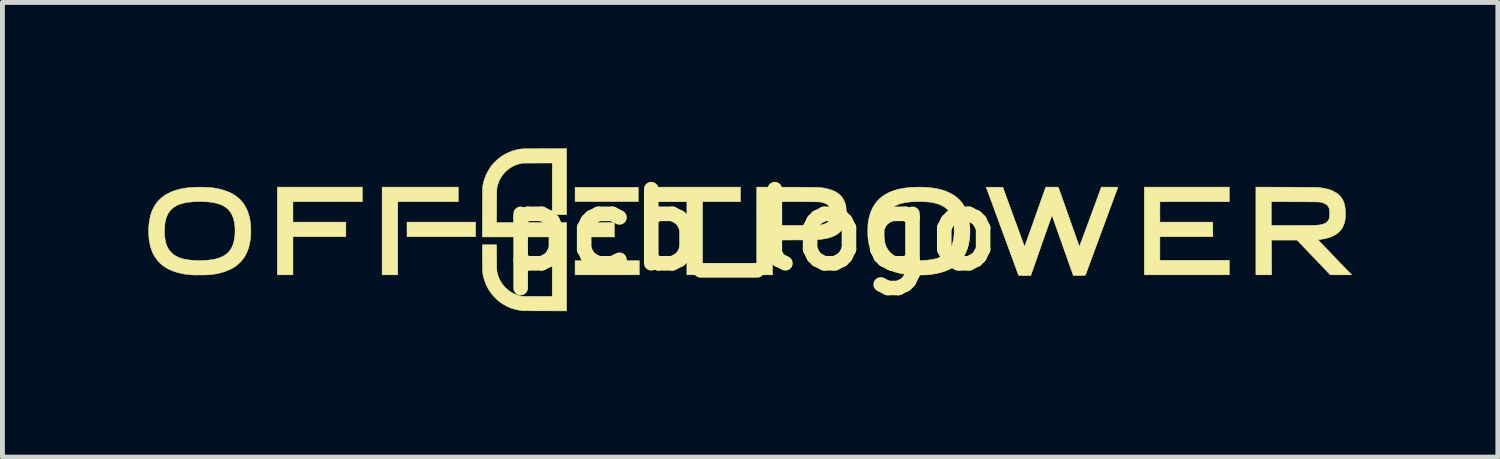
<source format=kicad_pcb>
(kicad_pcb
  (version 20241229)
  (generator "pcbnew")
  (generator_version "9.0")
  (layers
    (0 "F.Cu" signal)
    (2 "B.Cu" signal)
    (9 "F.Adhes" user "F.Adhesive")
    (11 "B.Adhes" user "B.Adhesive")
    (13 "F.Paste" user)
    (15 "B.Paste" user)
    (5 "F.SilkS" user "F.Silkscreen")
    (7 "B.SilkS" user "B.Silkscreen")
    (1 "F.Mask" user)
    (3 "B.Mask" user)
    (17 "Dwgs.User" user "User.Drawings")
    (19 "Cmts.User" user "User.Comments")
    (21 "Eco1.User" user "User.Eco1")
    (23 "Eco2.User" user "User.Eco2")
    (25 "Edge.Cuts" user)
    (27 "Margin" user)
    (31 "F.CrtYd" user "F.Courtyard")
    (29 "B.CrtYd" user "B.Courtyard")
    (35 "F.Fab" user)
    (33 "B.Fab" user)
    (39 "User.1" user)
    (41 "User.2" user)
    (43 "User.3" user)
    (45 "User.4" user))
  (footprint "pcb_logo"
    (layer "F.Cu")
    (at 12.37 1.673)
    (property "Reference" "pcb_logo" (at 0 0 0) (layer "F.SilkS") (effects (font (size 1.524 1.524) (thickness 0.3))))
    (attr through_hole)
    (fp_poly (pts (xy -5.643 0.144) (xy -7.053 0.144) (xy -7.053 -0.157) (xy -5.643 -0.157) (xy -5.643 0.144)) (stroke (width 0.01) (type solid)) (fill yes) (layer "F.SilkS"))
    (fp_poly (pts (xy -2.79 0.148) (xy -3.382 0.148) (xy -3.382 -0.148) (xy -2.79 -0.148) (xy -2.79 0.148)) (stroke (width 0.01) (type solid)) (fill yes) (layer "F.SilkS"))
    (fp_poly (pts (xy -2.299 -0.58) (xy -3.598 -0.58) (xy -3.598 -0.872) (xy -2.299 -0.872) (xy -2.299 -0.58)) (stroke (width 0.01) (type solid)) (fill yes) (layer "F.SilkS"))
    (fp_poly (pts (xy -2.278 0.927) (xy -3.598 0.927) (xy -3.598 0.635) (xy -2.278 0.635) (xy -2.278 0.927)) (stroke (width 0.01) (type solid)) (fill yes) (layer "F.SilkS"))
    (fp_poly (pts (xy -5.999 -0.576) (xy -7.243 -0.576) (xy -7.243 0.927) (xy -7.565 0.927) (xy -7.565 -0.876) (xy -5.999 -0.876) (xy -5.999 -0.576)) (stroke (width 0.01) (type solid)) (fill yes) (layer "F.SilkS"))
    (fp_poly (pts (xy -0.199 -0.576) (xy -0.978 -0.576) (xy -0.978 0.927) (xy -1.3 0.927) (xy -1.3 -0.576) (xy -2.079 -0.576) (xy -2.079 -0.876) (xy -0.199 -0.876) (xy -0.199 -0.576)) (stroke (width 0.01) (type solid)) (fill yes) (layer "F.SilkS"))
    (fp_poly (pts (xy -7.971 -0.576) (xy -9.398 -0.576) (xy -9.398 -0.157) (xy -8.31 -0.157) (xy -8.31 0.144) (xy -9.398 0.144) (xy -9.398 0.927) (xy -9.72 0.927) (xy -9.72 -0.876) (xy -7.971 -0.876) (xy -7.971 -0.576)) (stroke (width 0.01) (type solid)) (fill yes) (layer "F.SilkS"))
    (fp_poly (pts (xy 9.851 -0.576) (xy 8.424 -0.576) (xy 8.424 -0.157) (xy 9.512 -0.157) (xy 9.512 0.144) (xy 8.424 0.144) (xy 8.424 0.627) (xy 9.851 0.627) (xy 9.851 0.927) (xy 8.103 0.927) (xy 8.103 -0.876) (xy 9.851 -0.876) (xy 9.851 -0.576)) (stroke (width 0.01) (type solid)) (fill yes) (layer "F.SilkS"))
    (fp_poly (pts (xy 0.763 -0.875) (xy 0.851 -0.875) (xy 0.931 -0.875) (xy 1.003 -0.875) (xy 1.068 -0.874) (xy 1.126 -0.874) (xy 1.179 -0.874) (xy 1.225 -0.874) (xy 1.267 -0.873) (xy 1.303 -0.873) (xy 1.336 -0.872) (xy 1.364 -0.871) (xy 1.389 -0.87) (xy 1.411 -0.869) (xy 1.43 -0.868) (xy 1.448 -0.866) (xy 1.463 -0.865) (xy 1.478 -0.863) (xy 1.492 -0.861) (xy 1.506 -0.859) (xy 1.52 -0.856) (xy 1.535 -0.853) (xy 1.551 -0.85) (xy 1.557 -0.849) (xy 1.629 -0.831) (xy 1.694 -0.809) (xy 1.752 -0.783) (xy 1.803 -0.751) (xy 1.848 -0.715) (xy 1.886 -0.674) (xy 1.917 -0.627) (xy 1.942 -0.576) (xy 1.961 -0.519) (xy 1.965 -0.504) (xy 1.969 -0.484) (xy 1.972 -0.456) (xy 1.974 -0.424) (xy 1.976 -0.388) (xy 1.977 -0.35) (xy 1.977 -0.313) (xy 1.976 -0.276) (xy 1.975 -0.243) (xy 1.973 -0.215) (xy 1.971 -0.201) (xy 1.958 -0.139) (xy 1.938 -0.083) (xy 1.913 -0.033) (xy 1.881 0.011) (xy 1.869 0.025) (xy 1.834 0.058) (xy 1.796 0.088) (xy 1.753 0.114) (xy 1.706 0.137) (xy 1.653 0.156) (xy 1.594 0.173) (xy 1.529 0.186) (xy 1.457 0.197) (xy 1.399 0.204) (xy 1.387 0.204) (xy 1.366 0.205) (xy 1.338 0.206) (xy 1.303 0.207) (xy 1.26 0.207) (xy 1.211 0.208) (xy 1.156 0.209) (xy 1.094 0.209) (xy 1.027 0.21) (xy 0.955 0.21) (xy 0.907 0.21) (xy 0.461 0.213) (xy 0.461 0.927) (xy 0.135 0.927) (xy 0.135 -0.335) (xy 0.457 -0.335) (xy 0.457 -0.291) (xy 0.457 -0.249) (xy 0.458 -0.21) (xy 0.458 -0.176) (xy 0.458 -0.146) (xy 0.459 -0.122) (xy 0.459 -0.105) (xy 0.46 -0.094) (xy 0.46 -0.091) (xy 0.465 -0.091) (xy 0.478 -0.09) (xy 0.497 -0.09) (xy 0.524 -0.09) (xy 0.556 -0.089) (xy 0.593 -0.089) (xy 0.635 -0.089) (xy 0.681 -0.089) (xy 0.73 -0.089) (xy 0.782 -0.089) (xy 0.836 -0.09) (xy 0.891 -0.09) (xy 0.946 -0.09) (xy 1.002 -0.09) (xy 1.057 -0.091) (xy 1.111 -0.091) (xy 1.163 -0.092) (xy 1.213 -0.092) (xy 1.259 -0.093) (xy 1.301 -0.093) (xy 1.339 -0.094) (xy 1.372 -0.095) (xy 1.399 -0.095) (xy 1.419 -0.096) (xy 1.433 -0.096) (xy 1.437 -0.097) (xy 1.469 -0.103) (xy 1.502 -0.111) (xy 1.531 -0.12) (xy 1.556 -0.13) (xy 1.57 -0.137) (xy 1.599 -0.159) (xy 1.623 -0.187) (xy 1.64 -0.221) (xy 1.651 -0.256) (xy 1.653 -0.273) (xy 1.654 -0.296) (xy 1.655 -0.323) (xy 1.655 -0.35) (xy 1.654 -0.376) (xy 1.653 -0.399) (xy 1.651 -0.415) (xy 1.651 -0.416) (xy 1.639 -0.452) (xy 1.622 -0.483) (xy 1.597 -0.51) (xy 1.566 -0.532) (xy 1.529 -0.549) (xy 1.484 -0.562) (xy 1.432 -0.571) (xy 1.429 -0.571) (xy 1.418 -0.572) (xy 1.399 -0.573) (xy 1.373 -0.573) (xy 1.339 -0.574) (xy 1.297 -0.574) (xy 1.249 -0.575) (xy 1.195 -0.575) (xy 1.134 -0.575) (xy 1.067 -0.576) (xy 0.995 -0.576) (xy 0.924 -0.576) (xy 0.457 -0.576) (xy 0.457 -0.335) (xy 0.135 -0.335) (xy 0.135 -0.877) (xy 0.763 -0.875)) (stroke (width 0.01) (type solid)) (fill yes) (layer "F.SilkS"))
    (fp_poly (pts (xy 11.025 -0.875) (xy 11.12 -0.875) (xy 11.207 -0.874) (xy 11.286 -0.874) (xy 11.358 -0.874) (xy 11.422 -0.873) (xy 11.478 -0.873) (xy 11.528 -0.872) (xy 11.57 -0.872) (xy 11.606 -0.871) (xy 11.636 -0.871) (xy 11.659 -0.87) (xy 11.677 -0.87) (xy 11.689 -0.869) (xy 11.692 -0.868) (xy 11.752 -0.86) (xy 11.804 -0.851) (xy 11.851 -0.841) (xy 11.893 -0.83) (xy 11.933 -0.816) (xy 11.971 -0.801) (xy 11.999 -0.787) (xy 12.052 -0.757) (xy 12.098 -0.722) (xy 12.138 -0.682) (xy 12.17 -0.637) (xy 12.196 -0.587) (xy 12.216 -0.531) (xy 12.229 -0.47) (xy 12.234 -0.429) (xy 12.238 -0.372) (xy 12.238 -0.315) (xy 12.236 -0.26) (xy 12.231 -0.21) (xy 12.223 -0.164) (xy 12.219 -0.149) (xy 12.2 -0.092) (xy 12.175 -0.04) (xy 12.142 0.007) (xy 12.103 0.049) (xy 12.057 0.086) (xy 12.004 0.118) (xy 11.944 0.145) (xy 11.905 0.159) (xy 11.867 0.17) (xy 11.824 0.181) (xy 11.778 0.19) (xy 11.732 0.197) (xy 11.717 0.2) (xy 11.699 0.202) (xy 11.686 0.204) (xy 11.678 0.207) (xy 11.676 0.208) (xy 11.679 0.211) (xy 11.688 0.22) (xy 11.701 0.234) (xy 11.719 0.253) (xy 11.741 0.276) (xy 11.767 0.303) (xy 11.796 0.334) (xy 11.828 0.367) (xy 11.862 0.403) (xy 11.899 0.441) (xy 11.936 0.48) (xy 11.975 0.521) (xy 12.015 0.562) (xy 12.054 0.603) (xy 12.094 0.644) (xy 12.132 0.684) (xy 12.17 0.723) (xy 12.206 0.761) (xy 12.24 0.796) (xy 12.272 0.829) (xy 12.301 0.859) (xy 12.319 0.877) (xy 12.367 0.927) (xy 11.927 0.927) (xy 11.585 0.569) (xy 11.243 0.212) (xy 10.718 0.212) (xy 10.72 0.569) (xy 10.722 0.927) (xy 10.397 0.927) (xy 10.397 -0.335) (xy 10.715 -0.335) (xy 10.715 -0.291) (xy 10.715 -0.249) (xy 10.715 -0.211) (xy 10.715 -0.176) (xy 10.716 -0.147) (xy 10.716 -0.123) (xy 10.716 -0.105) (xy 10.717 -0.094) (xy 10.717 -0.092) (xy 10.722 -0.091) (xy 10.735 -0.091) (xy 10.754 -0.09) (xy 10.78 -0.09) (xy 10.812 -0.09) (xy 10.849 -0.089) (xy 10.89 -0.089) (xy 10.936 -0.089) (xy 10.984 -0.089) (xy 11.035 -0.089) (xy 11.087 -0.089) (xy 11.141 -0.089) (xy 11.195 -0.089) (xy 11.249 -0.089) (xy 11.302 -0.09) (xy 11.354 -0.09) (xy 11.403 -0.09) (xy 11.45 -0.09) (xy 11.492 -0.091) (xy 11.531 -0.091) (xy 11.565 -0.091) (xy 11.593 -0.092) (xy 11.615 -0.092) (xy 11.63 -0.093) (xy 11.633 -0.093) (xy 11.684 -0.097) (xy 11.728 -0.103) (xy 11.765 -0.111) (xy 11.797 -0.122) (xy 11.824 -0.135) (xy 11.847 -0.15) (xy 11.857 -0.159) (xy 11.874 -0.177) (xy 11.888 -0.195) (xy 11.898 -0.215) (xy 11.905 -0.238) (xy 11.91 -0.265) (xy 11.912 -0.298) (xy 11.912 -0.338) (xy 11.912 -0.349) (xy 11.91 -0.426) (xy 11.895 -0.458) (xy 11.881 -0.482) (xy 11.865 -0.502) (xy 11.859 -0.508) (xy 11.836 -0.525) (xy 11.805 -0.542) (xy 11.771 -0.555) (xy 11.738 -0.564) (xy 11.732 -0.565) (xy 11.726 -0.567) (xy 11.72 -0.568) (xy 11.712 -0.569) (xy 11.703 -0.57) (xy 11.693 -0.57) (xy 11.68 -0.571) (xy 11.664 -0.572) (xy 11.645 -0.572) (xy 11.621 -0.573) (xy 11.594 -0.573) (xy 11.562 -0.573) (xy 11.524 -0.573) (xy 11.481 -0.574) (xy 11.431 -0.574) (xy 11.374 -0.574) (xy 11.311 -0.574) (xy 11.239 -0.575) (xy 11.207 -0.575) (xy 10.715 -0.576) (xy 10.715 -0.335) (xy 10.397 -0.335) (xy 10.397 -0.877) (xy 11.025 -0.875)) (stroke (width 0.01) (type solid)) (fill yes) (layer "F.SilkS"))
    (fp_poly (pts (xy -3.772 -0.309) (xy -4.068 -0.309) (xy -4.068 -1.372) (xy -4.378 -1.371) (xy -4.688 -1.369) (xy -4.734 -1.358) (xy -4.805 -1.336) (xy -4.871 -1.308) (xy -4.932 -1.272) (xy -4.989 -1.23) (xy -5.04 -1.182) (xy -5.085 -1.129) (xy -5.125 -1.07) (xy -5.158 -1.007) (xy -5.184 -0.939) (xy -5.199 -0.881) (xy -5.201 -0.874) (xy -5.202 -0.866) (xy -5.204 -0.859) (xy -5.205 -0.85) (xy -5.206 -0.839) (xy -5.207 -0.827) (xy -5.207 -0.811) (xy -5.208 -0.793) (xy -5.208 -0.77) (xy -5.209 -0.742) (xy -5.209 -0.709) (xy -5.209 -0.67) (xy -5.21 -0.625) (xy -5.21 -0.573) (xy -5.21 -0.513) (xy -5.21 -0.494) (xy -5.212 -0.148) (xy -3.772 -0.148) (xy -3.772 1.668) (xy -4.205 1.667) (xy -4.266 1.667) (xy -4.324 1.667) (xy -4.381 1.667) (xy -4.435 1.667) (xy -4.485 1.666) (xy -4.53 1.666) (xy -4.571 1.665) (xy -4.606 1.665) (xy -4.635 1.665) (xy -4.657 1.664) (xy -4.672 1.664) (xy -4.677 1.663) (xy -4.764 1.651) (xy -4.849 1.631) (xy -4.931 1.604) (xy -5.01 1.568) (xy -5.086 1.525) (xy -5.157 1.475) (xy -5.165 1.469) (xy -5.189 1.448) (xy -5.217 1.422) (xy -5.245 1.394) (xy -5.273 1.364) (xy -5.299 1.336) (xy -5.319 1.311) (xy -5.321 1.309) (xy -5.367 1.242) (xy -5.407 1.17) (xy -5.441 1.094) (xy -5.468 1.017) (xy -5.478 0.983) (xy -5.482 0.965) (xy -5.486 0.95) (xy -5.489 0.935) (xy -5.492 0.921) (xy -5.494 0.906) (xy -5.496 0.891) (xy -5.498 0.873) (xy -5.499 0.852) (xy -5.5 0.829) (xy -5.5 0.801) (xy -5.501 0.768) (xy -5.501 0.729) (xy -5.502 0.684) (xy -5.502 0.632) (xy -5.502 0.592) (xy -5.504 0.309) (xy -5.212 0.309) (xy -5.21 0.575) (xy -5.21 0.629) (xy -5.209 0.675) (xy -5.209 0.715) (xy -5.209 0.748) (xy -5.208 0.776) (xy -5.208 0.798) (xy -5.207 0.817) (xy -5.206 0.832) (xy -5.205 0.844) (xy -5.204 0.854) (xy -5.203 0.863) (xy -5.201 0.872) (xy -5.199 0.881) (xy -5.199 0.881) (xy -5.179 0.953) (xy -5.151 1.02) (xy -5.117 1.083) (xy -5.075 1.142) (xy -5.027 1.195) (xy -4.973 1.243) (xy -4.913 1.284) (xy -4.901 1.292) (xy -4.868 1.309) (xy -4.831 1.326) (xy -4.79 1.341) (xy -4.751 1.353) (xy -4.734 1.358) (xy -4.688 1.369) (xy -4.068 1.372) (xy -4.068 0.148) (xy -5.504 0.148) (xy -5.502 -0.363) (xy -5.502 -0.441) (xy -5.502 -0.51) (xy -5.502 -0.572) (xy -5.502 -0.627) (xy -5.501 -0.676) (xy -5.501 -0.719) (xy -5.501 -0.756) (xy -5.5 -0.789) (xy -5.5 -0.817) (xy -5.499 -0.841) (xy -5.498 -0.861) (xy -5.497 -0.879) (xy -5.495 -0.894) (xy -5.494 -0.908) (xy -5.492 -0.92) (xy -5.49 -0.931) (xy -5.488 -0.942) (xy -5.485 -0.953) (xy -5.482 -0.965) (xy -5.479 -0.977) (xy -5.478 -0.983) (xy -5.454 -1.06) (xy -5.423 -1.137) (xy -5.385 -1.211) (xy -5.342 -1.28) (xy -5.321 -1.309) (xy -5.301 -1.334) (xy -5.276 -1.362) (xy -5.248 -1.391) (xy -5.219 -1.42) (xy -5.191 -1.446) (xy -5.167 -1.467) (xy -5.165 -1.469) (xy -5.094 -1.52) (xy -5.019 -1.563) (xy -4.94 -1.6) (xy -4.857 -1.629) (xy -4.77 -1.651) (xy -4.73 -1.658) (xy -4.722 -1.659) (xy -4.714 -1.66) (xy -4.703 -1.661) (xy -4.692 -1.662) (xy -4.677 -1.663) (xy -4.66 -1.663) (xy -4.64 -1.664) (xy -4.615 -1.664) (xy -4.586 -1.665) (xy -4.553 -1.665) (xy -4.514 -1.665) (xy -4.469 -1.666) (xy -4.417 -1.666) (xy -4.359 -1.666) (xy -4.293 -1.667) (xy -4.228 -1.667) (xy -3.772 -1.668) (xy -3.772 -0.309)) (stroke (width 0.01) (type solid)) (fill yes) (layer "F.SilkS"))
    (fp_poly (pts (xy -11.269 -0.875) (xy -11.207 -0.873) (xy -11.151 -0.871) (xy -11.101 -0.867) (xy -11.055 -0.863) (xy -11.011 -0.857) (xy -10.967 -0.849) (xy -10.922 -0.84) (xy -10.922 -0.84) (xy -10.833 -0.817) (xy -10.751 -0.789) (xy -10.675 -0.756) (xy -10.607 -0.717) (xy -10.544 -0.674) (xy -10.488 -0.625) (xy -10.439 -0.57) (xy -10.395 -0.51) (xy -10.358 -0.444) (xy -10.327 -0.372) (xy -10.302 -0.295) (xy -10.283 -0.211) (xy -10.272 -0.142) (xy -10.269 -0.111) (xy -10.266 -0.074) (xy -10.265 -0.033) (xy -10.264 0.011) (xy -10.264 0.056) (xy -10.265 0.099) (xy -10.267 0.139) (xy -10.27 0.174) (xy -10.272 0.193) (xy -10.287 0.28) (xy -10.307 0.362) (xy -10.333 0.437) (xy -10.365 0.506) (xy -10.402 0.57) (xy -10.446 0.629) (xy -10.496 0.682) (xy -10.552 0.731) (xy -10.578 0.75) (xy -10.635 0.787) (xy -10.699 0.82) (xy -10.768 0.849) (xy -10.843 0.874) (xy -10.921 0.895) (xy -10.964 0.904) (xy -10.998 0.91) (xy -11.029 0.915) (xy -11.058 0.919) (xy -11.088 0.922) (xy -11.118 0.925) (xy -11.152 0.926) (xy -11.189 0.928) (xy -11.232 0.929) (xy -11.282 0.929) (xy -11.29 0.929) (xy -11.327 0.929) (xy -11.362 0.93) (xy -11.394 0.93) (xy -11.421 0.93) (xy -11.443 0.929) (xy -11.459 0.929) (xy -11.468 0.929) (xy -11.468 0.929) (xy -11.478 0.928) (xy -11.495 0.926) (xy -11.514 0.924) (xy -11.532 0.923) (xy -11.626 0.911) (xy -11.717 0.893) (xy -11.802 0.87) (xy -11.881 0.842) (xy -11.955 0.809) (xy -12.022 0.771) (xy -12.069 0.739) (xy -12.127 0.69) (xy -12.178 0.635) (xy -12.224 0.575) (xy -12.263 0.509) (xy -12.296 0.438) (xy -12.322 0.361) (xy -12.342 0.279) (xy -12.356 0.191) (xy -12.363 0.098) (xy -12.365 0.000348) (xy -12.039 0.000348) (xy -12.038 0.059) (xy -12.034 0.132) (xy -12.026 0.198) (xy -12.014 0.258) (xy -11.998 0.312) (xy -11.976 0.361) (xy -11.95 0.406) (xy -11.919 0.446) (xy -11.891 0.477) (xy -11.855 0.508) (xy -11.815 0.535) (xy -11.77 0.558) (xy -11.721 0.579) (xy -11.667 0.595) (xy -11.606 0.609) (xy -11.539 0.62) (xy -11.466 0.628) (xy -11.385 0.633) (xy -11.328 0.634) (xy -11.315 0.634) (xy -11.296 0.634) (xy -11.271 0.633) (xy -11.244 0.632) (xy -11.218 0.631) (xy -11.133 0.624) (xy -11.056 0.614) (xy -10.985 0.6) (xy -10.921 0.582) (xy -10.864 0.56) (xy -10.813 0.533) (xy -10.768 0.502) (xy -10.728 0.467) (xy -10.694 0.427) (xy -10.664 0.382) (xy -10.653 0.36) (xy -10.631 0.308) (xy -10.613 0.25) (xy -10.6 0.186) (xy -10.592 0.117) (xy -10.588 0.045) (xy -10.589 -0.03) (xy -10.592 -0.074) (xy -10.601 -0.148) (xy -10.616 -0.215) (xy -10.637 -0.276) (xy -10.663 -0.33) (xy -10.695 -0.379) (xy -10.733 -0.422) (xy -10.777 -0.459) (xy -10.827 -0.491) (xy -10.884 -0.518) (xy -10.948 -0.539) (xy -11.011 -0.554) (xy -11.082 -0.566) (xy -11.16 -0.574) (xy -11.241 -0.579) (xy -11.323 -0.58) (xy -11.406 -0.578) (xy -11.486 -0.572) (xy -11.562 -0.563) (xy -11.616 -0.554) (xy -11.685 -0.538) (xy -11.747 -0.516) (xy -11.803 -0.49) (xy -11.852 -0.458) (xy -11.896 -0.421) (xy -11.933 -0.379) (xy -11.965 -0.331) (xy -11.991 -0.277) (xy -12.011 -0.217) (xy -12.026 -0.151) (xy -12.035 -0.078) (xy -12.039 0.000348) (xy -12.365 0.000348) (xy -12.365 -0.001) (xy -12.364 -0.017) (xy -12.358 -0.112) (xy -12.346 -0.201) (xy -12.328 -0.284) (xy -12.304 -0.362) (xy -12.273 -0.434) (xy -12.237 -0.5) (xy -12.194 -0.561) (xy -12.144 -0.616) (xy -12.089 -0.666) (xy -12.027 -0.711) (xy -11.959 -0.75) (xy -11.948 -0.755) (xy -11.88 -0.786) (xy -11.807 -0.812) (xy -11.73 -0.834) (xy -11.649 -0.85) (xy -11.562 -0.863) (xy -11.469 -0.871) (xy -11.369 -0.875) (xy -11.269 -0.875)) (stroke (width 0.01) (type solid)) (fill yes) (layer "F.SilkS"))
    (fp_poly (pts (xy 3.581 -0.874) (xy 3.686 -0.866) (xy 3.785 -0.854) (xy 3.877 -0.836) (xy 3.962 -0.813) (xy 3.996 -0.802) (xy 4.032 -0.789) (xy 4.071 -0.772) (xy 4.11 -0.753) (xy 4.148 -0.733) (xy 4.181 -0.714) (xy 4.195 -0.705) (xy 4.256 -0.659) (xy 4.31 -0.608) (xy 4.358 -0.551) (xy 4.4 -0.489) (xy 4.435 -0.421) (xy 4.465 -0.347) (xy 4.488 -0.267) (xy 4.504 -0.186) (xy 4.513 -0.12) (xy 4.518 -0.049) (xy 4.52 0.025) (xy 4.518 0.099) (xy 4.513 0.17) (xy 4.506 0.224) (xy 4.49 0.31) (xy 4.467 0.39) (xy 4.438 0.464) (xy 4.403 0.533) (xy 4.362 0.596) (xy 4.314 0.654) (xy 4.261 0.706) (xy 4.2 0.753) (xy 4.133 0.794) (xy 4.06 0.83) (xy 3.98 0.861) (xy 3.894 0.886) (xy 3.801 0.906) (xy 3.702 0.921) (xy 3.643 0.927) (xy 3.627 0.928) (xy 3.604 0.929) (xy 3.576 0.929) (xy 3.543 0.93) (xy 3.508 0.93) (xy 3.471 0.93) (xy 3.434 0.931) (xy 3.399 0.93) (xy 3.367 0.93) (xy 3.34 0.93) (xy 3.318 0.929) (xy 3.308 0.928) (xy 3.296 0.927) (xy 3.278 0.926) (xy 3.256 0.923) (xy 3.232 0.921) (xy 3.23 0.92) (xy 3.131 0.906) (xy 3.039 0.886) (xy 2.953 0.861) (xy 2.874 0.831) (xy 2.802 0.796) (xy 2.735 0.755) (xy 2.676 0.708) (xy 2.622 0.656) (xy 2.575 0.598) (xy 2.534 0.535) (xy 2.499 0.466) (xy 2.47 0.391) (xy 2.447 0.311) (xy 2.43 0.225) (xy 2.425 0.186) (xy 2.423 0.165) (xy 2.421 0.136) (xy 2.42 0.103) (xy 2.42 0.066) (xy 2.419 0.028) (xy 2.42 -0.006) (xy 2.744 -0.006) (xy 2.745 0.075) (xy 2.749 0.15) (xy 2.759 0.218) (xy 2.774 0.279) (xy 2.794 0.335) (xy 2.819 0.386) (xy 2.849 0.431) (xy 2.884 0.471) (xy 2.907 0.492) (xy 2.95 0.524) (xy 2.997 0.551) (xy 3.051 0.575) (xy 3.111 0.594) (xy 3.178 0.609) (xy 3.251 0.621) (xy 3.331 0.629) (xy 3.395 0.632) (xy 3.426 0.633) (xy 3.45 0.634) (xy 3.472 0.634) (xy 3.494 0.634) (xy 3.517 0.633) (xy 3.545 0.632) (xy 3.562 0.631) (xy 3.636 0.626) (xy 3.703 0.618) (xy 3.763 0.608) (xy 3.818 0.596) (xy 3.868 0.58) (xy 3.914 0.561) (xy 3.935 0.551) (xy 3.962 0.537) (xy 3.985 0.524) (xy 4.005 0.51) (xy 4.024 0.493) (xy 4.044 0.474) (xy 4.08 0.436) (xy 4.11 0.395) (xy 4.134 0.351) (xy 4.155 0.3) (xy 4.157 0.293) (xy 4.173 0.237) (xy 4.184 0.177) (xy 4.192 0.113) (xy 4.195 0.047) (xy 4.194 -0.019) (xy 4.19 -0.084) (xy 4.181 -0.147) (xy 4.168 -0.206) (xy 4.152 -0.26) (xy 4.136 -0.299) (xy 4.109 -0.349) (xy 4.076 -0.394) (xy 4.038 -0.433) (xy 3.993 -0.468) (xy 3.943 -0.497) (xy 3.886 -0.522) (xy 3.822 -0.542) (xy 3.751 -0.558) (xy 3.696 -0.567) (xy 3.65 -0.572) (xy 3.597 -0.575) (xy 3.541 -0.578) (xy 3.482 -0.579) (xy 3.423 -0.579) (xy 3.366 -0.577) (xy 3.313 -0.574) (xy 3.266 -0.569) (xy 3.266 -0.569) (xy 3.195 -0.559) (xy 3.131 -0.546) (xy 3.073 -0.53) (xy 3.022 -0.51) (xy 2.976 -0.487) (xy 2.934 -0.459) (xy 2.896 -0.428) (xy 2.881 -0.413) (xy 2.848 -0.376) (xy 2.82 -0.335) (xy 2.796 -0.29) (xy 2.778 -0.241) (xy 2.763 -0.186) (xy 2.753 -0.126) (xy 2.747 -0.059) (xy 2.744 -0.006) (xy 2.42 -0.006) (xy 2.42 -0.011) (xy 2.42 -0.048) (xy 2.421 -0.081) (xy 2.423 -0.109) (xy 2.425 -0.131) (xy 2.425 -0.131) (xy 2.439 -0.219) (xy 2.46 -0.302) (xy 2.486 -0.379) (xy 2.518 -0.45) (xy 2.557 -0.515) (xy 2.602 -0.575) (xy 2.653 -0.63) (xy 2.71 -0.679) (xy 2.773 -0.722) (xy 2.843 -0.76) (xy 2.919 -0.793) (xy 3.002 -0.82) (xy 3.091 -0.842) (xy 3.187 -0.858) (xy 3.289 -0.869) (xy 3.398 -0.875) (xy 3.468 -0.876) (xy 3.581 -0.874)) (stroke (width 0.01) (type solid)) (fill yes) (layer "F.SilkS"))
    (fp_poly (pts (xy 7.433 -0.876) (xy 7.468 -0.876) (xy 7.496 -0.876) (xy 7.517 -0.876) (xy 7.534 -0.875) (xy 7.545 -0.875) (xy 7.553 -0.874) (xy 7.557 -0.873) (xy 7.559 -0.871) (xy 7.559 -0.87) (xy 7.559 -0.869) (xy 7.557 -0.864) (xy 7.553 -0.852) (xy 7.546 -0.833) (xy 7.536 -0.806) (xy 7.524 -0.774) (xy 7.509 -0.735) (xy 7.493 -0.69) (xy 7.474 -0.64) (xy 7.454 -0.584) (xy 7.432 -0.524) (xy 7.408 -0.46) (xy 7.383 -0.392) (xy 7.356 -0.32) (xy 7.329 -0.244) (xy 7.3 -0.166) (xy 7.27 -0.085) (xy 7.239 -0.002) (xy 7.225 0.036) (xy 6.894 0.933) (xy 6.873 0.937) (xy 6.863 0.938) (xy 6.845 0.939) (xy 6.823 0.94) (xy 6.796 0.941) (xy 6.767 0.941) (xy 6.749 0.941) (xy 6.715 0.941) (xy 6.689 0.941) (xy 6.67 0.941) (xy 6.656 0.94) (xy 6.648 0.939) (xy 6.643 0.937) (xy 6.643 0.936) (xy 6.641 0.932) (xy 6.636 0.92) (xy 6.629 0.9) (xy 6.62 0.874) (xy 6.609 0.842) (xy 6.595 0.804) (xy 6.58 0.761) (xy 6.563 0.713) (xy 6.544 0.66) (xy 6.524 0.603) (xy 6.503 0.543) (xy 6.48 0.48) (xy 6.457 0.413) (xy 6.433 0.345) (xy 6.424 0.32) (xy 6.4 0.251) (xy 6.376 0.184) (xy 6.353 0.12) (xy 6.331 0.058) (xy 6.311 0.00036) (xy 6.292 -0.054) (xy 6.274 -0.103) (xy 6.258 -0.148) (xy 6.244 -0.188) (xy 6.232 -0.222) (xy 6.222 -0.25) (xy 6.214 -0.271) (xy 6.209 -0.286) (xy 6.206 -0.293) (xy 6.206 -0.293) (xy 6.204 -0.29) (xy 6.2 -0.279) (xy 6.193 -0.26) (xy 6.184 -0.235) (xy 6.173 -0.204) (xy 6.16 -0.167) (xy 6.144 -0.124) (xy 6.127 -0.077) (xy 6.109 -0.025) (xy 6.089 0.031) (xy 6.068 0.091) (xy 6.046 0.155) (xy 6.022 0.221) (xy 5.998 0.289) (xy 5.988 0.318) (xy 5.964 0.388) (xy 5.94 0.455) (xy 5.918 0.52) (xy 5.896 0.582) (xy 5.876 0.64) (xy 5.856 0.695) (xy 5.839 0.745) (xy 5.823 0.79) (xy 5.809 0.83) (xy 5.797 0.865) (xy 5.787 0.893) (xy 5.779 0.915) (xy 5.774 0.93) (xy 5.771 0.938) (xy 5.771 0.939) (xy 5.766 0.94) (xy 5.754 0.942) (xy 5.737 0.943) (xy 5.714 0.943) (xy 5.688 0.944) (xy 5.66 0.943) (xy 5.63 0.943) (xy 5.601 0.942) (xy 5.574 0.941) (xy 5.56 0.94) (xy 5.542 0.939) (xy 5.529 0.937) (xy 5.52 0.936) (xy 5.519 0.936) (xy 5.517 0.931) (xy 5.513 0.92) (xy 5.506 0.901) (xy 5.496 0.875) (xy 5.484 0.843) (xy 5.47 0.804) (xy 5.454 0.76) (xy 5.435 0.71) (xy 5.415 0.655) (xy 5.393 0.595) (xy 5.369 0.531) (xy 5.344 0.463) (xy 5.318 0.391) (xy 5.29 0.316) (xy 5.262 0.238) (xy 5.232 0.157) (xy 5.201 0.074) (xy 5.186 0.032) (xy 5.155 -0.052) (xy 5.125 -0.134) (xy 5.096 -0.214) (xy 5.068 -0.291) (xy 5.04 -0.364) (xy 5.015 -0.434) (xy 4.99 -0.501) (xy 4.968 -0.563) (xy 4.946 -0.62) (xy 4.927 -0.672) (xy 4.91 -0.72) (xy 4.894 -0.761) (xy 4.881 -0.797) (xy 4.87 -0.826) (xy 4.862 -0.848) (xy 4.856 -0.864) (xy 4.853 -0.872) (xy 4.853 -0.873) (xy 4.857 -0.874) (xy 4.868 -0.874) (xy 4.886 -0.875) (xy 4.909 -0.875) (xy 4.938 -0.875) (xy 4.971 -0.875) (xy 5.007 -0.875) (xy 5.023 -0.875) (xy 5.195 -0.874) (xy 5.418 -0.264) (xy 5.443 -0.195) (xy 5.468 -0.128) (xy 5.491 -0.064) (xy 5.513 -0.003) (xy 5.535 0.055) (xy 5.554 0.108) (xy 5.572 0.158) (xy 5.589 0.202) (xy 5.603 0.241) (xy 5.616 0.275) (xy 5.626 0.303) (xy 5.634 0.324) (xy 5.64 0.338) (xy 5.643 0.345) (xy 5.643 0.345) (xy 5.645 0.341) (xy 5.649 0.329) (xy 5.656 0.311) (xy 5.665 0.285) (xy 5.676 0.254) (xy 5.69 0.216) (xy 5.705 0.173) (xy 5.722 0.125) (xy 5.741 0.073) (xy 5.761 0.017) (xy 5.782 -0.043) (xy 5.805 -0.107) (xy 5.828 -0.173) (xy 5.852 -0.241) (xy 5.861 -0.266) (xy 6.077 -0.876) (xy 6.207 -0.876) (xy 6.243 -0.876) (xy 6.272 -0.876) (xy 6.295 -0.876) (xy 6.312 -0.875) (xy 6.323 -0.875) (xy 6.331 -0.874) (xy 6.336 -0.872) (xy 6.338 -0.871) (xy 6.339 -0.869) (xy 6.341 -0.864) (xy 6.345 -0.852) (xy 6.352 -0.832) (xy 6.361 -0.806) (xy 6.373 -0.774) (xy 6.386 -0.736) (xy 6.402 -0.693) (xy 6.419 -0.644) (xy 6.437 -0.592) (xy 6.457 -0.535) (xy 6.478 -0.475) (xy 6.501 -0.411) (xy 6.524 -0.345) (xy 6.548 -0.277) (xy 6.554 -0.26) (xy 6.578 -0.192) (xy 6.602 -0.125) (xy 6.624 -0.061) (xy 6.646 -0.000455) (xy 6.666 0.057) (xy 6.685 0.11) (xy 6.702 0.159) (xy 6.718 0.204) (xy 6.732 0.243) (xy 6.744 0.276) (xy 6.753 0.303) (xy 6.761 0.324) (xy 6.766 0.337) (xy 6.768 0.343) (xy 6.768 0.344) (xy 6.77 0.34) (xy 6.775 0.329) (xy 6.782 0.311) (xy 6.791 0.286) (xy 6.803 0.255) (xy 6.817 0.218) (xy 6.833 0.176) (xy 6.85 0.128) (xy 6.87 0.077) (xy 6.89 0.021) (xy 6.912 -0.039) (xy 6.936 -0.102) (xy 6.96 -0.168) (xy 6.985 -0.236) (xy 6.996 -0.265) (xy 7.22 -0.876) (xy 7.391 -0.876) (xy 7.433 -0.876)) (stroke (width 0.01) (type solid)) (fill yes) (layer "F.SilkS")))
  (gr_rect
    (start -3 -3)
    (end 27.741 6.346)
    (stroke (width 0.1) (type default))
    (fill no)
    (layer "Edge.Cuts")))
</source>
